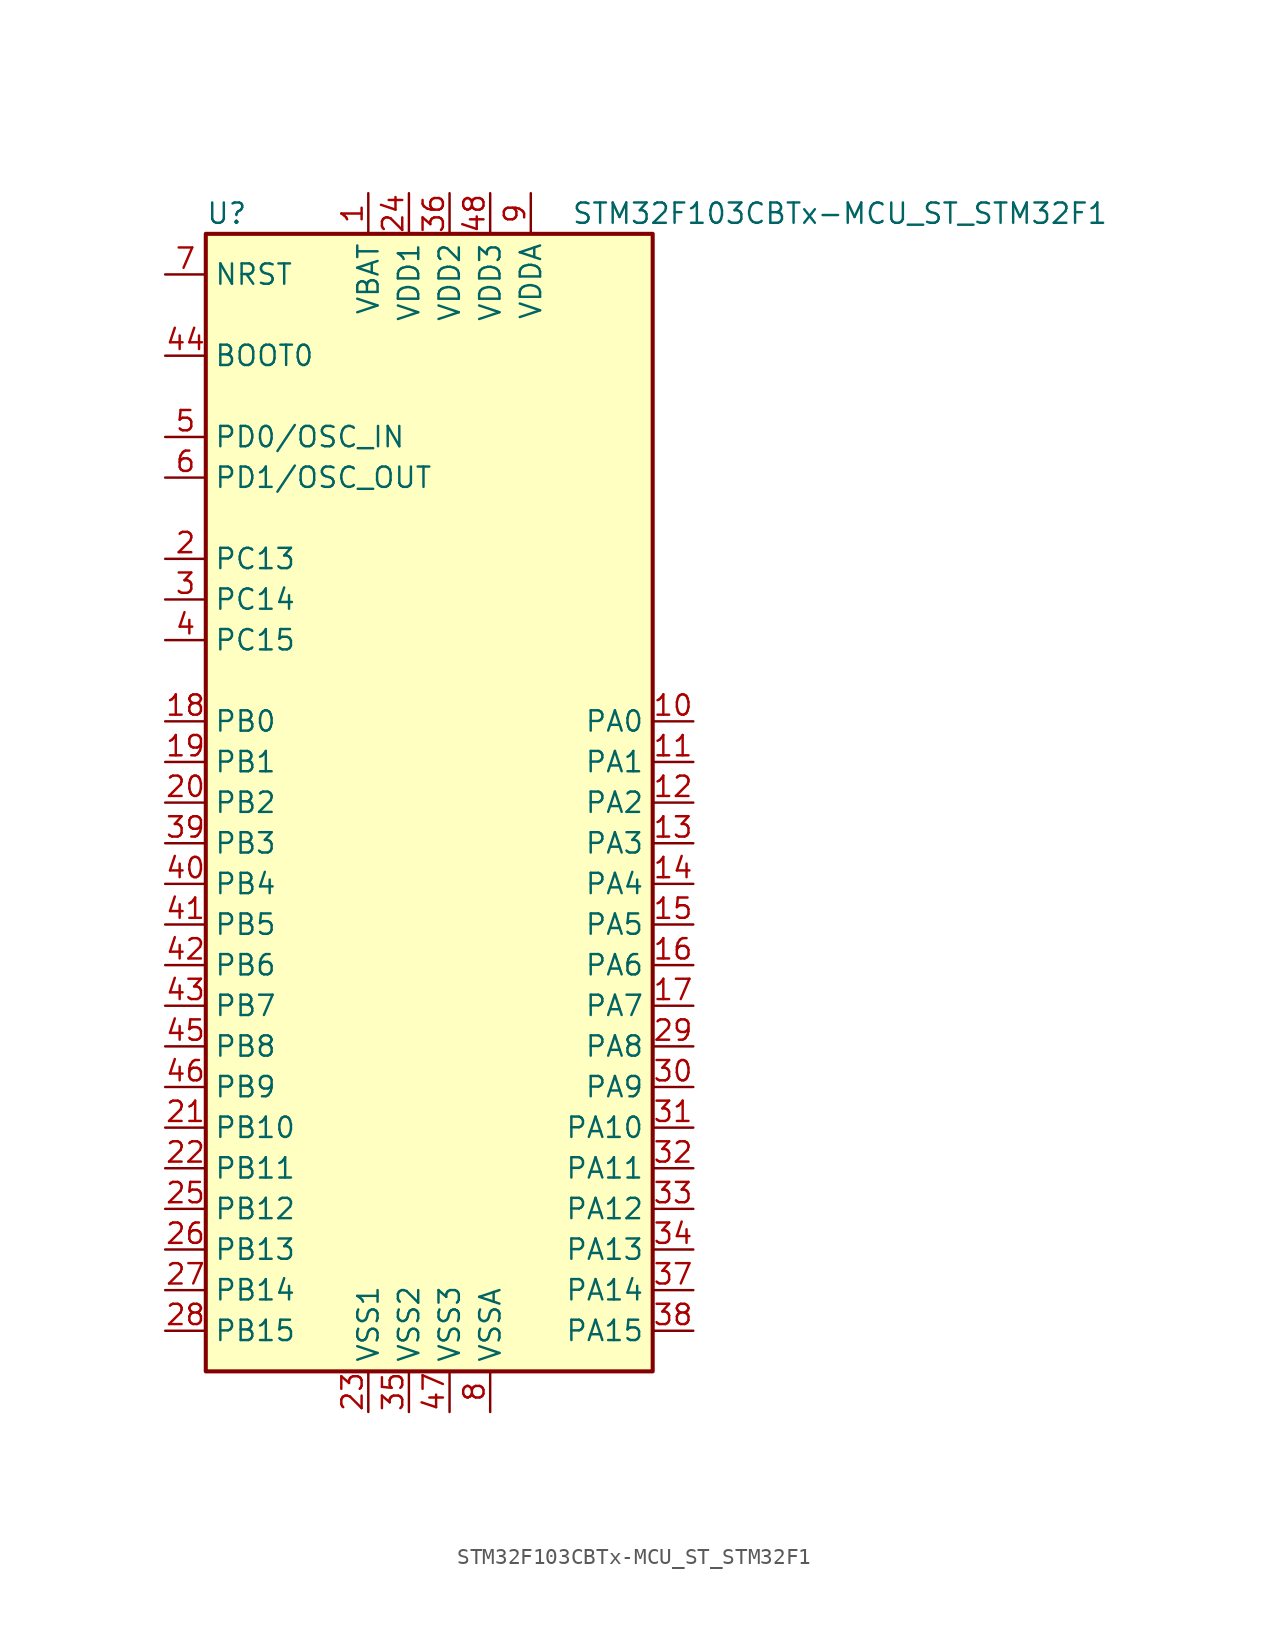
<source format=kicad_sym>
(kicad_symbol_lib
  (version 20220914)
  (generator kicad_symbol_editor)
  (symbol "STM32F103CBTx-MCU_ST_STM32F1"
    (property "Reference" "U"
      (at -15.24 36.83 0)
      (effects (font (size 1.27 1.27)) (justify left)))
    (property "Value" "STM32F103CBTx-MCU_ST_STM32F1"
      (at 7.62 36.83 0)
      (effects (font (size 1.27 1.27)) (justify left)))
    (symbol "STM32F103CBTx-MCU_ST_STM32F1_0_1"
      (rectangle (start -15.24 -35.56) (end 12.7 35.56) (stroke (width 0.254) (type solid)) (fill (type background))))
    (symbol "STM32F103CBTx-MCU_ST_STM32F1_1_1"
      (pin power_in line (at -5.08 38.1 270) (length 2.54) (name "VBAT" (effects (font (size 1.27 1.27)))) (number "1" (effects (font (size 1.27 1.27)))))
      (pin bidirectional line (at 15.24 5.08 180) (length 2.54) (name "PA0" (effects (font (size 1.27 1.27)))) (number "10" (effects (font (size 1.27 1.27)))))
      (pin bidirectional line (at 15.24 2.54 180) (length 2.54) (name "PA1" (effects (font (size 1.27 1.27)))) (number "11" (effects (font (size 1.27 1.27)))))
      (pin bidirectional line (at 15.24 0 180) (length 2.54) (name "PA2" (effects (font (size 1.27 1.27)))) (number "12" (effects (font (size 1.27 1.27)))))
      (pin bidirectional line (at 15.24 -2.54 180) (length 2.54) (name "PA3" (effects (font (size 1.27 1.27)))) (number "13" (effects (font (size 1.27 1.27)))))
      (pin bidirectional line (at 15.24 -5.08 180) (length 2.54) (name "PA4" (effects (font (size 1.27 1.27)))) (number "14" (effects (font (size 1.27 1.27)))))
      (pin bidirectional line (at 15.24 -7.62 180) (length 2.54) (name "PA5" (effects (font (size 1.27 1.27)))) (number "15" (effects (font (size 1.27 1.27)))))
      (pin bidirectional line (at 15.24 -10.16 180) (length 2.54) (name "PA6" (effects (font (size 1.27 1.27)))) (number "16" (effects (font (size 1.27 1.27)))))
      (pin bidirectional line (at 15.24 -12.7 180) (length 2.54) (name "PA7" (effects (font (size 1.27 1.27)))) (number "17" (effects (font (size 1.27 1.27)))))
      (pin bidirectional line (at -17.78 5.08 0) (length 2.54) (name "PB0" (effects (font (size 1.27 1.27)))) (number "18" (effects (font (size 1.27 1.27)))))
      (pin bidirectional line (at -17.78 2.54 0) (length 2.54) (name "PB1" (effects (font (size 1.27 1.27)))) (number "19" (effects (font (size 1.27 1.27)))))
      (pin bidirectional line (at -17.78 15.24 0) (length 2.54) (name "PC13" (effects (font (size 1.27 1.27)))) (number "2" (effects (font (size 1.27 1.27)))))
      (pin bidirectional line (at -17.78 0 0) (length 2.54) (name "PB2" (effects (font (size 1.27 1.27)))) (number "20" (effects (font (size 1.27 1.27)))))
      (pin bidirectional line (at -17.78 -20.32 0) (length 2.54) (name "PB10" (effects (font (size 1.27 1.27)))) (number "21" (effects (font (size 1.27 1.27)))))
      (pin bidirectional line (at -17.78 -22.86 0) (length 2.54) (name "PB11" (effects (font (size 1.27 1.27)))) (number "22" (effects (font (size 1.27 1.27)))))
      (pin power_in line (at -5.08 -38.1 90) (length 2.54) (name "VSS1" (effects (font (size 1.27 1.27)))) (number "23" (effects (font (size 1.27 1.27)))))
      (pin power_in line (at -2.54 38.1 270) (length 2.54) (name "VDD1" (effects (font (size 1.27 1.27)))) (number "24" (effects (font (size 1.27 1.27)))))
      (pin bidirectional line (at -17.78 -25.4 0) (length 2.54) (name "PB12" (effects (font (size 1.27 1.27)))) (number "25" (effects (font (size 1.27 1.27)))))
      (pin bidirectional line (at -17.78 -27.94 0) (length 2.54) (name "PB13" (effects (font (size 1.27 1.27)))) (number "26" (effects (font (size 1.27 1.27)))))
      (pin bidirectional line (at -17.78 -30.48 0) (length 2.54) (name "PB14" (effects (font (size 1.27 1.27)))) (number "27" (effects (font (size 1.27 1.27)))))
      (pin bidirectional line (at -17.78 -33.02 0) (length 2.54) (name "PB15" (effects (font (size 1.27 1.27)))) (number "28" (effects (font (size 1.27 1.27)))))
      (pin bidirectional line (at 15.24 -15.24 180) (length 2.54) (name "PA8" (effects (font (size 1.27 1.27)))) (number "29" (effects (font (size 1.27 1.27)))))
      (pin bidirectional line (at -17.78 12.7 0) (length 2.54) (name "PC14" (effects (font (size 1.27 1.27)))) (number "3" (effects (font (size 1.27 1.27)))))
      (pin bidirectional line (at 15.24 -17.78 180) (length 2.54) (name "PA9" (effects (font (size 1.27 1.27)))) (number "30" (effects (font (size 1.27 1.27)))))
      (pin bidirectional line (at 15.24 -20.32 180) (length 2.54) (name "PA10" (effects (font (size 1.27 1.27)))) (number "31" (effects (font (size 1.27 1.27)))))
      (pin bidirectional line (at 15.24 -22.86 180) (length 2.54) (name "PA11" (effects (font (size 1.27 1.27)))) (number "32" (effects (font (size 1.27 1.27)))))
      (pin bidirectional line (at 15.24 -25.4 180) (length 2.54) (name "PA12" (effects (font (size 1.27 1.27)))) (number "33" (effects (font (size 1.27 1.27)))))
      (pin bidirectional line (at 15.24 -27.94 180) (length 2.54) (name "PA13" (effects (font (size 1.27 1.27)))) (number "34" (effects (font (size 1.27 1.27)))))
      (pin power_in line (at -2.54 -38.1 90) (length 2.54) (name "VSS2" (effects (font (size 1.27 1.27)))) (number "35" (effects (font (size 1.27 1.27)))))
      (pin power_in line (at 0 38.1 270) (length 2.54) (name "VDD2" (effects (font (size 1.27 1.27)))) (number "36" (effects (font (size 1.27 1.27)))))
      (pin bidirectional line (at 15.24 -30.48 180) (length 2.54) (name "PA14" (effects (font (size 1.27 1.27)))) (number "37" (effects (font (size 1.27 1.27)))))
      (pin bidirectional line (at 15.24 -33.02 180) (length 2.54) (name "PA15" (effects (font (size 1.27 1.27)))) (number "38" (effects (font (size 1.27 1.27)))))
      (pin bidirectional line (at -17.78 -2.54 0) (length 2.54) (name "PB3" (effects (font (size 1.27 1.27)))) (number "39" (effects (font (size 1.27 1.27)))))
      (pin bidirectional line (at -17.78 10.16 0) (length 2.54) (name "PC15" (effects (font (size 1.27 1.27)))) (number "4" (effects (font (size 1.27 1.27)))))
      (pin bidirectional line (at -17.78 -5.08 0) (length 2.54) (name "PB4" (effects (font (size 1.27 1.27)))) (number "40" (effects (font (size 1.27 1.27)))))
      (pin bidirectional line (at -17.78 -7.62 0) (length 2.54) (name "PB5" (effects (font (size 1.27 1.27)))) (number "41" (effects (font (size 1.27 1.27)))))
      (pin bidirectional line (at -17.78 -10.16 0) (length 2.54) (name "PB6" (effects (font (size 1.27 1.27)))) (number "42" (effects (font (size 1.27 1.27)))))
      (pin bidirectional line (at -17.78 -12.7 0) (length 2.54) (name "PB7" (effects (font (size 1.27 1.27)))) (number "43" (effects (font (size 1.27 1.27)))))
      (pin input line (at -17.78 27.94 0) (length 2.54) (name "BOOT0" (effects (font (size 1.27 1.27)))) (number "44" (effects (font (size 1.27 1.27)))))
      (pin bidirectional line (at -17.78 -15.24 0) (length 2.54) (name "PB8" (effects (font (size 1.27 1.27)))) (number "45" (effects (font (size 1.27 1.27)))))
      (pin bidirectional line (at -17.78 -17.78 0) (length 2.54) (name "PB9" (effects (font (size 1.27 1.27)))) (number "46" (effects (font (size 1.27 1.27)))))
      (pin power_in line (at 0 -38.1 90) (length 2.54) (name "VSS3" (effects (font (size 1.27 1.27)))) (number "47" (effects (font (size 1.27 1.27)))))
      (pin power_in line (at 2.54 38.1 270) (length 2.54) (name "VDD3" (effects (font (size 1.27 1.27)))) (number "48" (effects (font (size 1.27 1.27)))))
      (pin input line (at -17.78 22.86 0) (length 2.54) (name "PD0/OSC_IN" (effects (font (size 1.27 1.27)))) (number "5" (effects (font (size 1.27 1.27)))))
      (pin input line (at -17.78 20.32 0) (length 2.54) (name "PD1/OSC_OUT" (effects (font (size 1.27 1.27)))) (number "6" (effects (font (size 1.27 1.27)))))
      (pin input line (at -17.78 33.02 0) (length 2.54) (name "NRST" (effects (font (size 1.27 1.27)))) (number "7" (effects (font (size 1.27 1.27)))))
      (pin power_in line (at 2.54 -38.1 90) (length 2.54) (name "VSSA" (effects (font (size 1.27 1.27)))) (number "8" (effects (font (size 1.27 1.27)))))
      (pin power_in line (at 5.08 38.1 270) (length 2.54) (name "VDDA" (effects (font (size 1.27 1.27)))) (number "9" (effects (font (size 1.27 1.27))))))))
</source>
